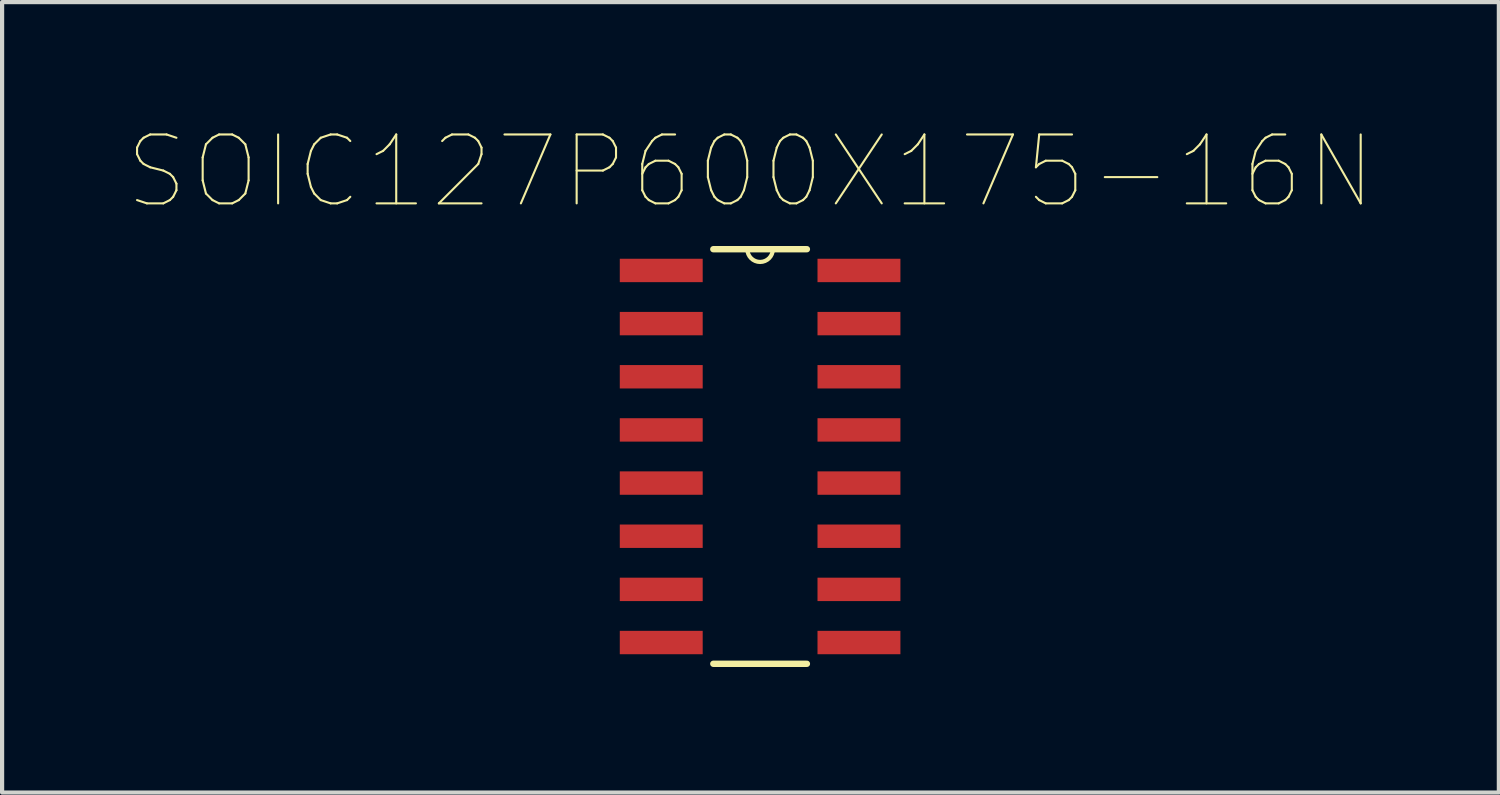
<source format=kicad_pcb>
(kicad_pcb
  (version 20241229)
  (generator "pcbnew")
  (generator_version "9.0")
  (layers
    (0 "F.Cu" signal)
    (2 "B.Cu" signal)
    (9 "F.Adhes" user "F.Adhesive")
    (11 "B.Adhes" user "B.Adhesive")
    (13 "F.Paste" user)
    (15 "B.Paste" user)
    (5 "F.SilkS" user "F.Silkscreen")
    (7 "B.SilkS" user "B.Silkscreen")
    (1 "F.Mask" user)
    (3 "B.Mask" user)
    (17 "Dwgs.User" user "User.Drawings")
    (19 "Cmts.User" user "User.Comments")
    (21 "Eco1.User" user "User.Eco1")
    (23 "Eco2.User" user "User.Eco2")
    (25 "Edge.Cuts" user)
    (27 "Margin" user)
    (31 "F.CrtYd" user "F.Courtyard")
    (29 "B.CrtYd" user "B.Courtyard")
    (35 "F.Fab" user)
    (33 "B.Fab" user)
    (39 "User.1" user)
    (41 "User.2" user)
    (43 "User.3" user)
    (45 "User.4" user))
  (footprint "SOIC127P600X175-16N"
    (layer "F.Cu")
    (at 15.111 7.857)
    (property "Reference" "SOIC127P600X175-16N" (at -0.229 -6.807 0) (layer "F.SilkS") (effects (font (size 1.646 1.646) (thickness 0.05))))
    (attr smd)
    (fp_line (start -1.118 4.953) (end 1.118 4.953) (stroke (width 0.152) (type solid)) (layer "F.SilkS"))
    (fp_line (start -0.305 -4.953) (end -1.118 -4.953) (stroke (width 0.152) (type solid)) (layer "F.SilkS"))
    (fp_line (start 0.305 -4.953) (end -0.305 -4.953) (stroke (width 0.152) (type solid)) (layer "F.SilkS"))
    (fp_line (start 1.118 -4.953) (end 0.305 -4.953) (stroke (width 0.152) (type solid)) (layer "F.SilkS"))
    (fp_arc (start 0.3048 -4.953) (mid 0 -4.6482) (end -0.3048 -4.953) (stroke (width 0.1) (type solid)) (layer "F.SilkS"))
    (fp_line (start -2.997 -4.699) (end -2.997 -4.191) (stroke (width 0.152) (type solid)) (layer "Eco2.User"))
    (fp_line (start -2.997 -4.191) (end -1.956 -4.191) (stroke (width 0.152) (type solid)) (layer "Eco2.User"))
    (fp_line (start -2.997 -3.429) (end -2.997 -2.921) (stroke (width 0.152) (type solid)) (layer "Eco2.User"))
    (fp_line (start -2.997 -2.921) (end -1.956 -2.921) (stroke (width 0.152) (type solid)) (layer "Eco2.User"))
    (fp_line (start -2.997 -2.159) (end -2.997 -1.651) (stroke (width 0.152) (type solid)) (layer "Eco2.User"))
    (fp_line (start -2.997 -1.651) (end -1.956 -1.651) (stroke (width 0.152) (type solid)) (layer "Eco2.User"))
    (fp_line (start -2.997 -0.889) (end -2.997 -0.381) (stroke (width 0.152) (type solid)) (layer "Eco2.User"))
    (fp_line (start -2.997 -0.381) (end -1.956 -0.381) (stroke (width 0.152) (type solid)) (layer "Eco2.User"))
    (fp_line (start -2.997 0.381) (end -2.997 0.889) (stroke (width 0.152) (type solid)) (layer "Eco2.User"))
    (fp_line (start -2.997 0.889) (end -1.956 0.889) (stroke (width 0.152) (type solid)) (layer "Eco2.User"))
    (fp_line (start -2.997 1.651) (end -2.997 2.159) (stroke (width 0.152) (type solid)) (layer "Eco2.User"))
    (fp_line (start -2.997 2.159) (end -1.956 2.159) (stroke (width 0.152) (type solid)) (layer "Eco2.User"))
    (fp_line (start -2.997 2.921) (end -2.997 3.429) (stroke (width 0.152) (type solid)) (layer "Eco2.User"))
    (fp_line (start -2.997 3.429) (end -1.956 3.429) (stroke (width 0.152) (type solid)) (layer "Eco2.User"))
    (fp_line (start -2.997 4.191) (end -2.997 4.699) (stroke (width 0.152) (type solid)) (layer "Eco2.User"))
    (fp_line (start -2.997 4.699) (end -1.956 4.699) (stroke (width 0.152) (type solid)) (layer "Eco2.User"))
    (fp_line (start -1.956 -4.953) (end -1.956 4.953) (stroke (width 0.152) (type solid)) (layer "Eco2.User"))
    (fp_line (start -1.956 -4.699) (end -2.997 -4.699) (stroke (width 0.152) (type solid)) (layer "Eco2.User"))
    (fp_line (start -1.956 -4.191) (end -1.956 -4.699) (stroke (width 0.152) (type solid)) (layer "Eco2.User"))
    (fp_line (start -1.956 -3.429) (end -2.997 -3.429) (stroke (width 0.152) (type solid)) (layer "Eco2.User"))
    (fp_line (start -1.956 -2.921) (end -1.956 -3.429) (stroke (width 0.152) (type solid)) (layer "Eco2.User"))
    (fp_line (start -1.956 -2.159) (end -2.997 -2.159) (stroke (width 0.152) (type solid)) (layer "Eco2.User"))
    (fp_line (start -1.956 -1.651) (end -1.956 -2.159) (stroke (width 0.152) (type solid)) (layer "Eco2.User"))
    (fp_line (start -1.956 -0.889) (end -2.997 -0.889) (stroke (width 0.152) (type solid)) (layer "Eco2.User"))
    (fp_line (start -1.956 -0.381) (end -1.956 -0.889) (stroke (width 0.152) (type solid)) (layer "Eco2.User"))
    (fp_line (start -1.956 0.381) (end -2.997 0.381) (stroke (width 0.152) (type solid)) (layer "Eco2.User"))
    (fp_line (start -1.956 0.889) (end -1.956 0.381) (stroke (width 0.152) (type solid)) (layer "Eco2.User"))
    (fp_line (start -1.956 1.651) (end -2.997 1.651) (stroke (width 0.152) (type solid)) (layer "Eco2.User"))
    (fp_line (start -1.956 2.159) (end -1.956 1.651) (stroke (width 0.152) (type solid)) (layer "Eco2.User"))
    (fp_line (start -1.956 2.921) (end -2.997 2.921) (stroke (width 0.152) (type solid)) (layer "Eco2.User"))
    (fp_line (start -1.956 3.429) (end -1.956 2.921) (stroke (width 0.152) (type solid)) (layer "Eco2.User"))
    (fp_line (start -1.956 4.191) (end -2.997 4.191) (stroke (width 0.152) (type solid)) (layer "Eco2.User"))
    (fp_line (start -1.956 4.699) (end -1.956 4.191) (stroke (width 0.152) (type solid)) (layer "Eco2.User"))
    (fp_line (start -1.956 4.953) (end 1.956 4.953) (stroke (width 0.152) (type solid)) (layer "Eco2.User"))
    (fp_line (start -0.305 -4.953) (end -1.956 -4.953) (stroke (width 0.152) (type solid)) (layer "Eco2.User"))
    (fp_line (start 0.305 -4.953) (end -0.305 -4.953) (stroke (width 0.152) (type solid)) (layer "Eco2.User"))
    (fp_line (start 1.956 -4.953) (end 0.305 -4.953) (stroke (width 0.152) (type solid)) (layer "Eco2.User"))
    (fp_line (start 1.956 -4.699) (end 1.956 -4.191) (stroke (width 0.152) (type solid)) (layer "Eco2.User"))
    (fp_line (start 1.956 -4.191) (end 2.997 -4.191) (stroke (width 0.152) (type solid)) (layer "Eco2.User"))
    (fp_line (start 1.956 -3.429) (end 1.956 -2.921) (stroke (width 0.152) (type solid)) (layer "Eco2.User"))
    (fp_line (start 1.956 -2.921) (end 2.997 -2.921) (stroke (width 0.152) (type solid)) (layer "Eco2.User"))
    (fp_line (start 1.956 -2.159) (end 1.956 -1.651) (stroke (width 0.152) (type solid)) (layer "Eco2.User"))
    (fp_line (start 1.956 -1.651) (end 2.997 -1.651) (stroke (width 0.152) (type solid)) (layer "Eco2.User"))
    (fp_line (start 1.956 -0.889) (end 1.956 -0.381) (stroke (width 0.152) (type solid)) (layer "Eco2.User"))
    (fp_line (start 1.956 -0.381) (end 2.997 -0.381) (stroke (width 0.152) (type solid)) (layer "Eco2.User"))
    (fp_line (start 1.956 0.381) (end 1.956 0.889) (stroke (width 0.152) (type solid)) (layer "Eco2.User"))
    (fp_line (start 1.956 0.889) (end 2.997 0.889) (stroke (width 0.152) (type solid)) (layer "Eco2.User"))
    (fp_line (start 1.956 1.651) (end 1.956 2.159) (stroke (width 0.152) (type solid)) (layer "Eco2.User"))
    (fp_line (start 1.956 2.159) (end 2.997 2.159) (stroke (width 0.152) (type solid)) (layer "Eco2.User"))
    (fp_line (start 1.956 2.921) (end 1.956 3.429) (stroke (width 0.152) (type solid)) (layer "Eco2.User"))
    (fp_line (start 1.956 3.429) (end 2.997 3.429) (stroke (width 0.152) (type solid)) (layer "Eco2.User"))
    (fp_line (start 1.956 4.191) (end 1.956 4.699) (stroke (width 0.152) (type solid)) (layer "Eco2.User"))
    (fp_line (start 1.956 4.699) (end 2.997 4.699) (stroke (width 0.152) (type solid)) (layer "Eco2.User"))
    (fp_line (start 1.956 4.953) (end 1.956 -4.953) (stroke (width 0.152) (type solid)) (layer "Eco2.User"))
    (fp_line (start 2.997 -4.699) (end 1.956 -4.699) (stroke (width 0.152) (type solid)) (layer "Eco2.User"))
    (fp_line (start 2.997 -4.191) (end 2.997 -4.699) (stroke (width 0.152) (type solid)) (layer "Eco2.User"))
    (fp_line (start 2.997 -3.429) (end 1.956 -3.429) (stroke (width 0.152) (type solid)) (layer "Eco2.User"))
    (fp_line (start 2.997 -2.921) (end 2.997 -3.429) (stroke (width 0.152) (type solid)) (layer "Eco2.User"))
    (fp_line (start 2.997 -2.159) (end 1.956 -2.159) (stroke (width 0.152) (type solid)) (layer "Eco2.User"))
    (fp_line (start 2.997 -1.651) (end 2.997 -2.159) (stroke (width 0.152) (type solid)) (layer "Eco2.User"))
    (fp_line (start 2.997 -0.889) (end 1.956 -0.889) (stroke (width 0.152) (type solid)) (layer "Eco2.User"))
    (fp_line (start 2.997 -0.381) (end 2.997 -0.889) (stroke (width 0.152) (type solid)) (layer "Eco2.User"))
    (fp_line (start 2.997 0.381) (end 1.956 0.381) (stroke (width 0.152) (type solid)) (layer "Eco2.User"))
    (fp_line (start 2.997 0.889) (end 2.997 0.381) (stroke (width 0.152) (type solid)) (layer "Eco2.User"))
    (fp_line (start 2.997 1.651) (end 1.956 1.651) (stroke (width 0.152) (type solid)) (layer "Eco2.User"))
    (fp_line (start 2.997 2.159) (end 2.997 1.651) (stroke (width 0.152) (type solid)) (layer "Eco2.User"))
    (fp_line (start 2.997 2.921) (end 1.956 2.921) (stroke (width 0.152) (type solid)) (layer "Eco2.User"))
    (fp_line (start 2.997 3.429) (end 2.997 2.921) (stroke (width 0.152) (type solid)) (layer "Eco2.User"))
    (fp_line (start 2.997 4.191) (end 1.956 4.191) (stroke (width 0.152) (type solid)) (layer "Eco2.User"))
    (fp_line (start 2.997 4.699) (end 2.997 4.191) (stroke (width 0.152) (type solid)) (layer "Eco2.User"))
    (fp_arc (start 0.3048 -4.953) (mid 0 -4.6482) (end -0.3048 -4.953) (stroke (width 0.1) (type solid)) (layer "Eco2.User"))
    (pad "1" smd rect (at -2.362 -4.445) (size 1.981 0.559) (layers "F.Cu" "F.Mask" "F.Paste"))
    (pad "2" smd rect (at -2.362 -3.175) (size 1.981 0.559) (layers "F.Cu" "F.Mask" "F.Paste"))
    (pad "3" smd rect (at -2.362 -1.905) (size 1.981 0.559) (layers "F.Cu" "F.Mask" "F.Paste"))
    (pad "4" smd rect (at -2.362 -0.635) (size 1.981 0.559) (layers "F.Cu" "F.Mask" "F.Paste"))
    (pad "5" smd rect (at -2.362 0.635) (size 1.981 0.559) (layers "F.Cu" "F.Mask" "F.Paste"))
    (pad "6" smd rect (at -2.362 1.905) (size 1.981 0.559) (layers "F.Cu" "F.Mask" "F.Paste"))
    (pad "7" smd rect (at -2.362 3.175) (size 1.981 0.559) (layers "F.Cu" "F.Mask" "F.Paste"))
    (pad "8" smd rect (at -2.362 4.445) (size 1.981 0.559) (layers "F.Cu" "F.Mask" "F.Paste"))
    (pad "9" smd rect (at 2.362 4.445) (size 1.981 0.559) (layers "F.Cu" "F.Mask" "F.Paste"))
    (pad "10" smd rect (at 2.362 3.175) (size 1.981 0.559) (layers "F.Cu" "F.Mask" "F.Paste"))
    (pad "11" smd rect (at 2.362 1.905) (size 1.981 0.559) (layers "F.Cu" "F.Mask" "F.Paste"))
    (pad "12" smd rect (at 2.362 0.635) (size 1.981 0.559) (layers "F.Cu" "F.Mask" "F.Paste"))
    (pad "13" smd rect (at 2.362 -0.635) (size 1.981 0.559) (layers "F.Cu" "F.Mask" "F.Paste"))
    (pad "14" smd rect (at 2.362 -1.905) (size 1.981 0.559) (layers "F.Cu" "F.Mask" "F.Paste"))
    (pad "15" smd rect (at 2.362 -3.175) (size 1.981 0.559) (layers "F.Cu" "F.Mask" "F.Paste"))
    (pad "16" smd rect (at 2.362 -4.445) (size 1.981 0.559) (layers "F.Cu" "F.Mask" "F.Paste")))
  (gr_rect
    (start -3 -3)
    (end 32.762 15.886)
    (stroke (width 0.1) (type default))
    (fill no)
    (layer "Edge.Cuts")))
</source>
